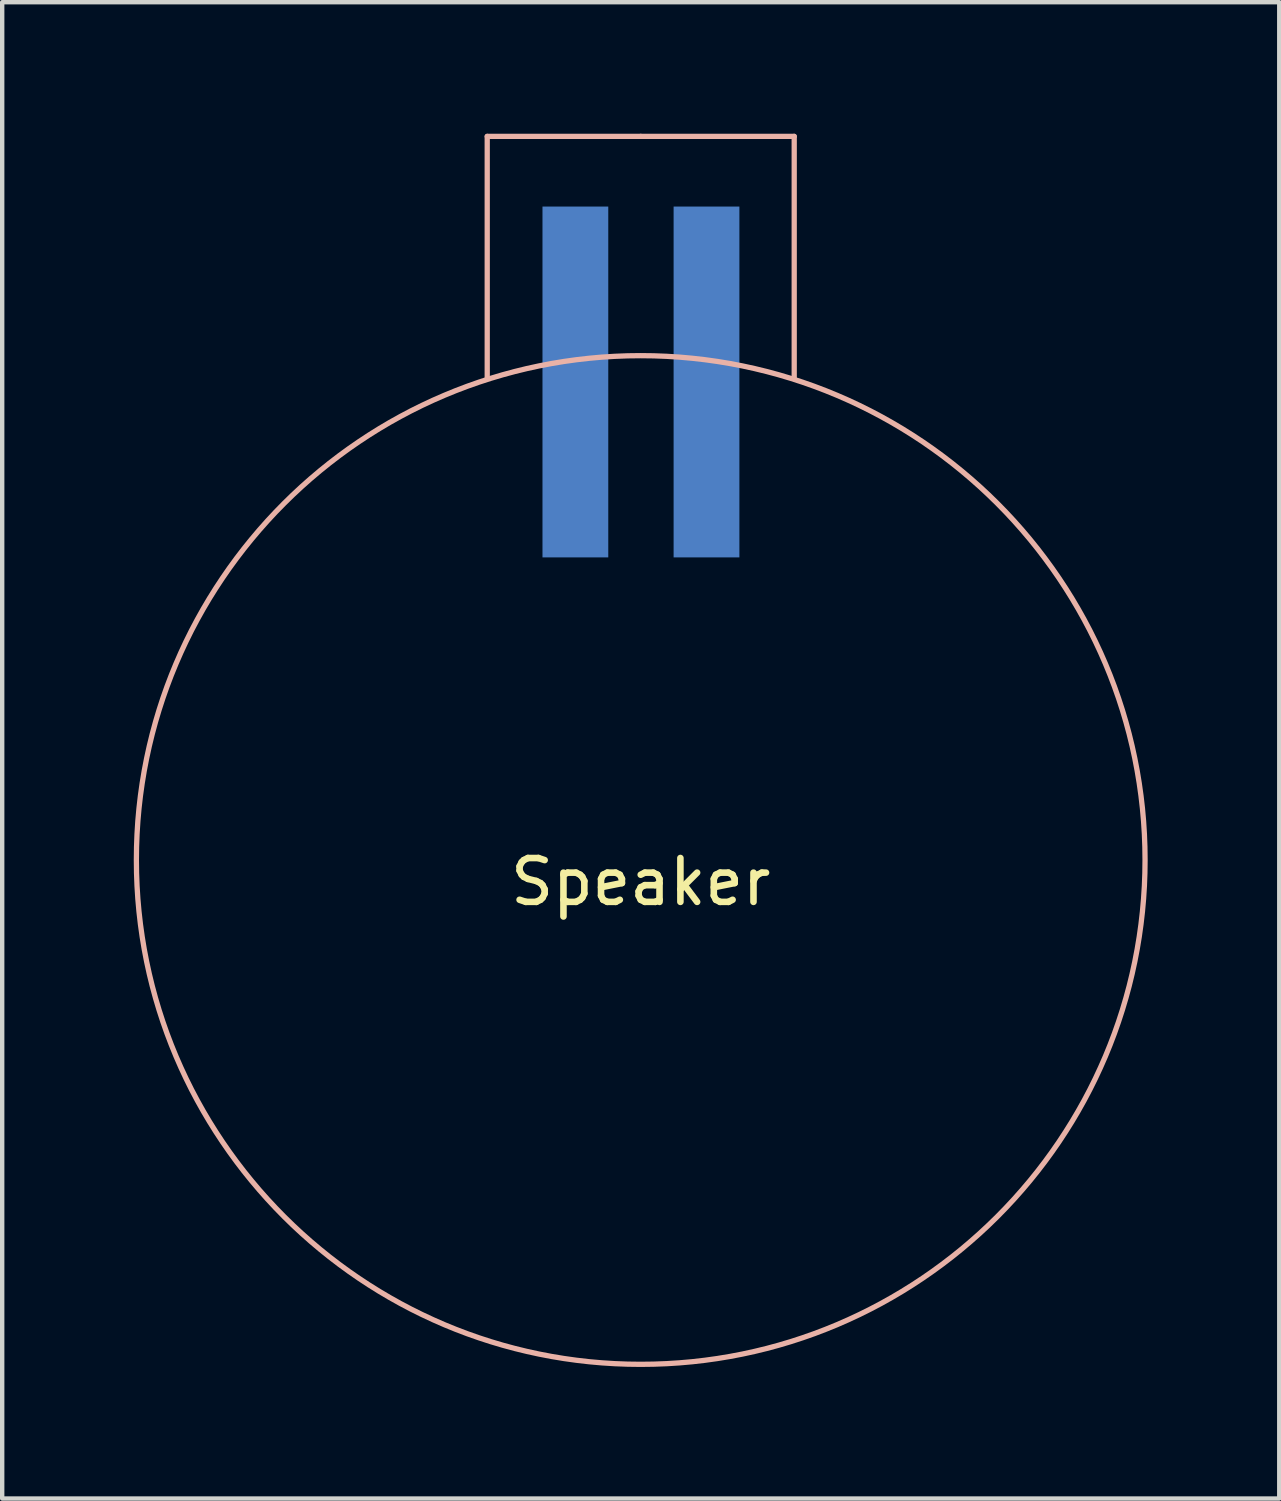
<source format=kicad_pcb>
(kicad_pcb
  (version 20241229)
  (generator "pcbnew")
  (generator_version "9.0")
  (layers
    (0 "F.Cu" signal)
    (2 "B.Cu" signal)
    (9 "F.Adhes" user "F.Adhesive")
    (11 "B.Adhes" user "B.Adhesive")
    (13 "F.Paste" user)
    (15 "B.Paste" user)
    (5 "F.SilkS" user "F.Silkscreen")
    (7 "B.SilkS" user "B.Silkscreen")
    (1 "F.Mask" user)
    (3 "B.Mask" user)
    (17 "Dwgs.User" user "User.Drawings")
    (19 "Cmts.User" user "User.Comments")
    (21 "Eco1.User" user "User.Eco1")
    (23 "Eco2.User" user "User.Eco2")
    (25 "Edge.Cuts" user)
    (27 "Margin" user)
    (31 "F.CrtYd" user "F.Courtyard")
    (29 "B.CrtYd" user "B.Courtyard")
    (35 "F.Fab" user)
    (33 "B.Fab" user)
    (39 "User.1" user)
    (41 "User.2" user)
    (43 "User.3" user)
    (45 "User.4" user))
  (footprint "Speaker"
    (layer "F.Cu")
    (at 11.56 16.56)
    (property "Reference" "Speaker" (at 0 0.5 0) (layer "F.SilkS") (effects (font (size 1 1) (thickness 0.15))))
    (attr through_hole)
    (fp_line (start -3.5 -16.5) (end -3.5 -11) (stroke (width 0.12) (type solid)) (layer "B.SilkS"))
    (fp_line (start 0 -16.5) (end -3.5 -16.5) (stroke (width 0.12) (type solid)) (layer "B.SilkS"))
    (fp_line (start 0 -16.5) (end 3.5 -16.5) (stroke (width 0.12) (type solid)) (layer "B.SilkS"))
    (fp_line (start 3.5 -16.5) (end 3.5 -11) (stroke (width 0.12) (type solid)) (layer "B.SilkS"))
    (fp_circle (center 0 0) (end 11.5 0) (stroke (width 0.12) (type solid)) (fill no) (layer "B.SilkS"))
    (pad "1" smd rect (at -1.49 -10.9) (size 1.5 8) (layers "B.Cu" "B.Mask" "B.Paste"))
    (pad "2" smd rect (at 1.5 -10.9) (size 1.5 8) (layers "B.Cu" "B.Mask" "B.Paste")))
  (gr_rect
    (start -3 -3)
    (end 26.12 31.12)
    (stroke (width 0.1) (type default))
    (fill no)
    (layer "Edge.Cuts")))
</source>
